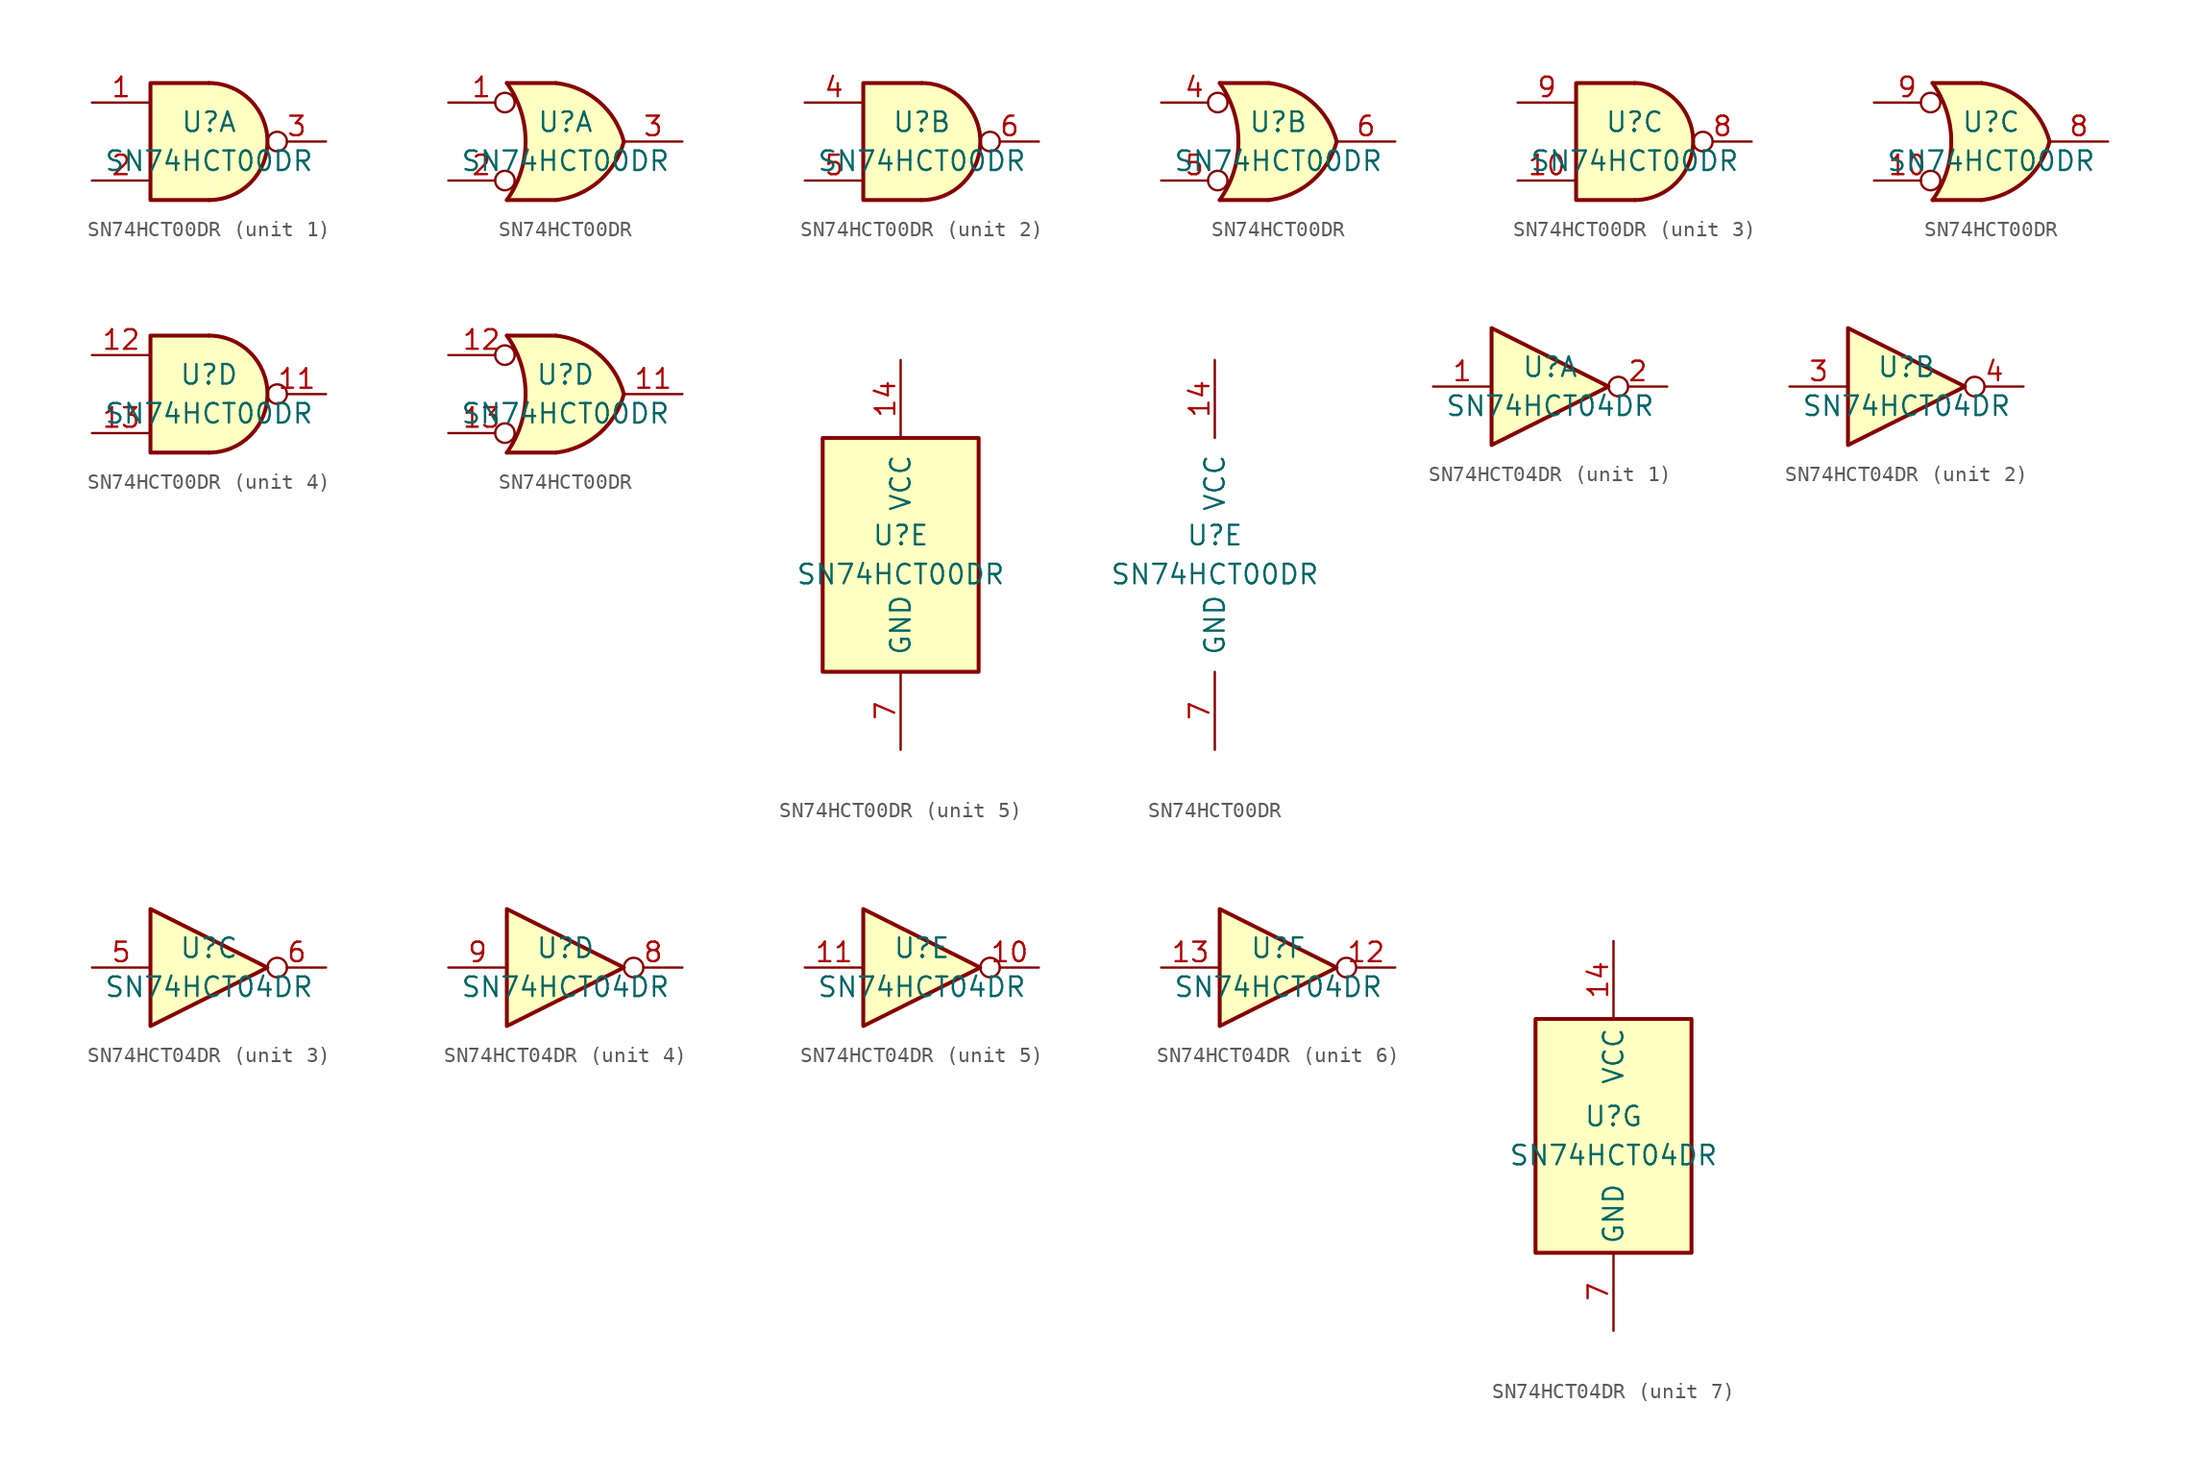
<source format=kicad_sym>
(kicad_symbol_lib
  (version 20241209)
  (generator "kicad_symbol_editor")
  (generator_version "9.0")
  (symbol "SN74HCT00DR"
    (pin_names
      (offset 1.016))
    (property "Reference" "U"
      (at 0 1.27 0)
      (effects (font (size 1.27 1.27))))
    (property "Value" "SN74HCT00DR"
      (at 0 -1.27 0)
      (effects (font (size 1.27 1.27))))
    (property "ki_locked" ""
      (at 0 0 0)
      (effects (font (size 1.27 1.27))))
    (symbol "SN74HCT00DR_1_1"
      (arc (start 0 3.81) (mid 3.7934 0) (end 0 -3.81) (stroke (width 0.254) (type default)) (fill (type background)))
      (polyline (pts (xy 0 3.81) (xy -3.81 3.81) (xy -3.81 -3.81) (xy 0 -3.81)) (stroke (width 0.254) (type default)) (fill (type background)))
      (pin input line (at -7.62 2.54 0) (length 3.81) (name "~" (effects (font (size 1.27 1.27)))) (number "1" (effects (font (size 1.27 1.27)))))
      (pin input line (at -7.62 -2.54 0) (length 3.81) (name "~" (effects (font (size 1.27 1.27)))) (number "2" (effects (font (size 1.27 1.27)))))
      (pin output inverted (at 7.62 0 180) (length 3.81) (name "~" (effects (font (size 1.27 1.27)))) (number "3" (effects (font (size 1.27 1.27))))))
    (symbol "SN74HCT00DR_1_2"
      (arc (start -3.81 3.81) (mid -2.589 0) (end -3.81 -3.81) (stroke (width 0.254) (type default)) (fill (type none)))
      (polyline (pts (xy -3.81 3.81) (xy -0.635 3.81)) (stroke (width 0.254) (type default)) (fill (type background)))
      (polyline (pts (xy -3.81 -3.81) (xy -0.635 -3.81)) (stroke (width 0.254) (type default)) (fill (type background)))
      (arc (start 3.81 0) (mid 2.1855 -2.584) (end -0.6096 -3.81) (stroke (width 0.254) (type default)) (fill (type background)))
      (arc (start -0.6096 3.81) (mid 2.1928 2.5924) (end 3.81 0) (stroke (width 0.254) (type default)) (fill (type background)))
      (polyline (pts (xy -0.635 3.81) (xy -3.81 3.81) (xy -3.81 3.81) (xy -3.556 3.404) (xy -3.023 2.261) (xy -2.692 1.041) (xy -2.616 -0.254) (xy -2.769 -1.499) (xy -3.175 -2.718) (xy -3.81 -3.81) (xy -3.81 -3.81) (xy -0.635 -3.81)) (stroke (width -25.4) (type default)) (fill (type background)))
      (pin input inverted (at -7.62 2.54 0) (length 4.318) (name "~" (effects (font (size 1.27 1.27)))) (number "1" (effects (font (size 1.27 1.27)))))
      (pin input inverted (at -7.62 -2.54 0) (length 4.318) (name "~" (effects (font (size 1.27 1.27)))) (number "2" (effects (font (size 1.27 1.27)))))
      (pin output line (at 7.62 0 180) (length 3.81) (name "~" (effects (font (size 1.27 1.27)))) (number "3" (effects (font (size 1.27 1.27))))))
    (symbol "SN74HCT00DR_2_1"
      (arc (start 0 3.81) (mid 3.7934 0) (end 0 -3.81) (stroke (width 0.254) (type default)) (fill (type background)))
      (polyline (pts (xy 0 3.81) (xy -3.81 3.81) (xy -3.81 -3.81) (xy 0 -3.81)) (stroke (width 0.254) (type default)) (fill (type background)))
      (pin input line (at -7.62 2.54 0) (length 3.81) (name "~" (effects (font (size 1.27 1.27)))) (number "4" (effects (font (size 1.27 1.27)))))
      (pin input line (at -7.62 -2.54 0) (length 3.81) (name "~" (effects (font (size 1.27 1.27)))) (number "5" (effects (font (size 1.27 1.27)))))
      (pin output inverted (at 7.62 0 180) (length 3.81) (name "~" (effects (font (size 1.27 1.27)))) (number "6" (effects (font (size 1.27 1.27))))))
    (symbol "SN74HCT00DR_2_2"
      (arc (start -3.81 3.81) (mid -2.589 0) (end -3.81 -3.81) (stroke (width 0.254) (type default)) (fill (type none)))
      (polyline (pts (xy -3.81 3.81) (xy -0.635 3.81)) (stroke (width 0.254) (type default)) (fill (type background)))
      (polyline (pts (xy -3.81 -3.81) (xy -0.635 -3.81)) (stroke (width 0.254) (type default)) (fill (type background)))
      (arc (start 3.81 0) (mid 2.1855 -2.584) (end -0.6096 -3.81) (stroke (width 0.254) (type default)) (fill (type background)))
      (arc (start -0.6096 3.81) (mid 2.1928 2.5924) (end 3.81 0) (stroke (width 0.254) (type default)) (fill (type background)))
      (polyline (pts (xy -0.635 3.81) (xy -3.81 3.81) (xy -3.81 3.81) (xy -3.556 3.404) (xy -3.023 2.261) (xy -2.692 1.041) (xy -2.616 -0.254) (xy -2.769 -1.499) (xy -3.175 -2.718) (xy -3.81 -3.81) (xy -3.81 -3.81) (xy -0.635 -3.81)) (stroke (width -25.4) (type default)) (fill (type background)))
      (pin input inverted (at -7.62 2.54 0) (length 4.318) (name "~" (effects (font (size 1.27 1.27)))) (number "4" (effects (font (size 1.27 1.27)))))
      (pin input inverted (at -7.62 -2.54 0) (length 4.318) (name "~" (effects (font (size 1.27 1.27)))) (number "5" (effects (font (size 1.27 1.27)))))
      (pin output line (at 7.62 0 180) (length 3.81) (name "~" (effects (font (size 1.27 1.27)))) (number "6" (effects (font (size 1.27 1.27))))))
    (symbol "SN74HCT00DR_3_1"
      (arc (start 0 3.81) (mid 3.7934 0) (end 0 -3.81) (stroke (width 0.254) (type default)) (fill (type background)))
      (polyline (pts (xy 0 3.81) (xy -3.81 3.81) (xy -3.81 -3.81) (xy 0 -3.81)) (stroke (width 0.254) (type default)) (fill (type background)))
      (pin input line (at -7.62 2.54 0) (length 3.81) (name "~" (effects (font (size 1.27 1.27)))) (number "9" (effects (font (size 1.27 1.27)))))
      (pin input line (at -7.62 -2.54 0) (length 3.81) (name "~" (effects (font (size 1.27 1.27)))) (number "10" (effects (font (size 1.27 1.27)))))
      (pin output inverted (at 7.62 0 180) (length 3.81) (name "~" (effects (font (size 1.27 1.27)))) (number "8" (effects (font (size 1.27 1.27))))))
    (symbol "SN74HCT00DR_3_2"
      (arc (start -3.81 3.81) (mid -2.589 0) (end -3.81 -3.81) (stroke (width 0.254) (type default)) (fill (type none)))
      (polyline (pts (xy -3.81 3.81) (xy -0.635 3.81)) (stroke (width 0.254) (type default)) (fill (type background)))
      (polyline (pts (xy -3.81 -3.81) (xy -0.635 -3.81)) (stroke (width 0.254) (type default)) (fill (type background)))
      (arc (start 3.81 0) (mid 2.1855 -2.584) (end -0.6096 -3.81) (stroke (width 0.254) (type default)) (fill (type background)))
      (arc (start -0.6096 3.81) (mid 2.1928 2.5924) (end 3.81 0) (stroke (width 0.254) (type default)) (fill (type background)))
      (polyline (pts (xy -0.635 3.81) (xy -3.81 3.81) (xy -3.81 3.81) (xy -3.556 3.404) (xy -3.023 2.261) (xy -2.692 1.041) (xy -2.616 -0.254) (xy -2.769 -1.499) (xy -3.175 -2.718) (xy -3.81 -3.81) (xy -3.81 -3.81) (xy -0.635 -3.81)) (stroke (width -25.4) (type default)) (fill (type background)))
      (pin input inverted (at -7.62 2.54 0) (length 4.318) (name "~" (effects (font (size 1.27 1.27)))) (number "9" (effects (font (size 1.27 1.27)))))
      (pin input inverted (at -7.62 -2.54 0) (length 4.318) (name "~" (effects (font (size 1.27 1.27)))) (number "10" (effects (font (size 1.27 1.27)))))
      (pin output line (at 7.62 0 180) (length 3.81) (name "~" (effects (font (size 1.27 1.27)))) (number "8" (effects (font (size 1.27 1.27))))))
    (symbol "SN74HCT00DR_4_1"
      (arc (start 0 3.81) (mid 3.7934 0) (end 0 -3.81) (stroke (width 0.254) (type default)) (fill (type background)))
      (polyline (pts (xy 0 3.81) (xy -3.81 3.81) (xy -3.81 -3.81) (xy 0 -3.81)) (stroke (width 0.254) (type default)) (fill (type background)))
      (pin input line (at -7.62 2.54 0) (length 3.81) (name "~" (effects (font (size 1.27 1.27)))) (number "12" (effects (font (size 1.27 1.27)))))
      (pin input line (at -7.62 -2.54 0) (length 3.81) (name "~" (effects (font (size 1.27 1.27)))) (number "13" (effects (font (size 1.27 1.27)))))
      (pin output inverted (at 7.62 0 180) (length 3.81) (name "~" (effects (font (size 1.27 1.27)))) (number "11" (effects (font (size 1.27 1.27))))))
    (symbol "SN74HCT00DR_4_2"
      (arc (start -3.81 3.81) (mid -2.589 0) (end -3.81 -3.81) (stroke (width 0.254) (type default)) (fill (type none)))
      (polyline (pts (xy -3.81 3.81) (xy -0.635 3.81)) (stroke (width 0.254) (type default)) (fill (type background)))
      (polyline (pts (xy -3.81 -3.81) (xy -0.635 -3.81)) (stroke (width 0.254) (type default)) (fill (type background)))
      (arc (start 3.81 0) (mid 2.1855 -2.584) (end -0.6096 -3.81) (stroke (width 0.254) (type default)) (fill (type background)))
      (arc (start -0.6096 3.81) (mid 2.1928 2.5924) (end 3.81 0) (stroke (width 0.254) (type default)) (fill (type background)))
      (polyline (pts (xy -0.635 3.81) (xy -3.81 3.81) (xy -3.81 3.81) (xy -3.556 3.404) (xy -3.023 2.261) (xy -2.692 1.041) (xy -2.616 -0.254) (xy -2.769 -1.499) (xy -3.175 -2.718) (xy -3.81 -3.81) (xy -3.81 -3.81) (xy -0.635 -3.81)) (stroke (width -25.4) (type default)) (fill (type background)))
      (pin input inverted (at -7.62 2.54 0) (length 4.318) (name "~" (effects (font (size 1.27 1.27)))) (number "12" (effects (font (size 1.27 1.27)))))
      (pin input inverted (at -7.62 -2.54 0) (length 4.318) (name "~" (effects (font (size 1.27 1.27)))) (number "13" (effects (font (size 1.27 1.27)))))
      (pin output line (at 7.62 0 180) (length 3.81) (name "~" (effects (font (size 1.27 1.27)))) (number "11" (effects (font (size 1.27 1.27))))))
    (symbol "SN74HCT00DR_5_0"
      (pin power_in line (at 0 12.7 270) (length 5.08) (name "VCC" (effects (font (size 1.27 1.27)))) (number "14" (effects (font (size 1.27 1.27)))))
      (pin power_in line (at 0 -12.7 90) (length 5.08) (name "GND" (effects (font (size 1.27 1.27)))) (number "7" (effects (font (size 1.27 1.27))))))
    (symbol "SN74HCT00DR_5_1"
      (rectangle (start -5.08 7.62) (end 5.08 -7.62) (stroke (width 0.254) (type default)) (fill (type background)))))
  (symbol "SN74HCT04DR"
    (property "Reference" "U"
      (at 0 1.27 0)
      (effects (font (size 1.27 1.27))))
    (property "Value" "SN74HCT04DR"
      (at 0 -1.27 0)
      (effects (font (size 1.27 1.27))))
    (property "ki_locked" ""
      (at 0 0 0)
      (effects (font (size 1.27 1.27))))
    (symbol "SN74HCT04DR_1_0"
      (polyline (pts (xy -3.81 3.81) (xy -3.81 -3.81) (xy 3.81 0) (xy -3.81 3.81)) (stroke (width 0.254) (type default)) (fill (type background)))
      (pin input line (at -7.62 0 0) (length 3.81) (name "~" (effects (font (size 1.27 1.27)))) (number "1" (effects (font (size 1.27 1.27)))))
      (pin output inverted (at 7.62 0 180) (length 3.81) (name "~" (effects (font (size 1.27 1.27)))) (number "2" (effects (font (size 1.27 1.27))))))
    (symbol "SN74HCT04DR_2_0"
      (polyline (pts (xy -3.81 3.81) (xy -3.81 -3.81) (xy 3.81 0) (xy -3.81 3.81)) (stroke (width 0.254) (type default)) (fill (type background)))
      (pin input line (at -7.62 0 0) (length 3.81) (name "~" (effects (font (size 1.27 1.27)))) (number "3" (effects (font (size 1.27 1.27)))))
      (pin output inverted (at 7.62 0 180) (length 3.81) (name "~" (effects (font (size 1.27 1.27)))) (number "4" (effects (font (size 1.27 1.27))))))
    (symbol "SN74HCT04DR_3_0"
      (polyline (pts (xy -3.81 3.81) (xy -3.81 -3.81) (xy 3.81 0) (xy -3.81 3.81)) (stroke (width 0.254) (type default)) (fill (type background)))
      (pin input line (at -7.62 0 0) (length 3.81) (name "~" (effects (font (size 1.27 1.27)))) (number "5" (effects (font (size 1.27 1.27)))))
      (pin output inverted (at 7.62 0 180) (length 3.81) (name "~" (effects (font (size 1.27 1.27)))) (number "6" (effects (font (size 1.27 1.27))))))
    (symbol "SN74HCT04DR_4_0"
      (polyline (pts (xy -3.81 3.81) (xy -3.81 -3.81) (xy 3.81 0) (xy -3.81 3.81)) (stroke (width 0.254) (type default)) (fill (type background)))
      (pin input line (at -7.62 0 0) (length 3.81) (name "~" (effects (font (size 1.27 1.27)))) (number "9" (effects (font (size 1.27 1.27)))))
      (pin output inverted (at 7.62 0 180) (length 3.81) (name "~" (effects (font (size 1.27 1.27)))) (number "8" (effects (font (size 1.27 1.27))))))
    (symbol "SN74HCT04DR_5_0"
      (polyline (pts (xy -3.81 3.81) (xy -3.81 -3.81) (xy 3.81 0) (xy -3.81 3.81)) (stroke (width 0.254) (type default)) (fill (type background)))
      (pin input line (at -7.62 0 0) (length 3.81) (name "~" (effects (font (size 1.27 1.27)))) (number "11" (effects (font (size 1.27 1.27)))))
      (pin output inverted (at 7.62 0 180) (length 3.81) (name "~" (effects (font (size 1.27 1.27)))) (number "10" (effects (font (size 1.27 1.27))))))
    (symbol "SN74HCT04DR_6_0"
      (polyline (pts (xy -3.81 3.81) (xy -3.81 -3.81) (xy 3.81 0) (xy -3.81 3.81)) (stroke (width 0.254) (type default)) (fill (type background)))
      (pin input line (at -7.62 0 0) (length 3.81) (name "~" (effects (font (size 1.27 1.27)))) (number "13" (effects (font (size 1.27 1.27)))))
      (pin output inverted (at 7.62 0 180) (length 3.81) (name "~" (effects (font (size 1.27 1.27)))) (number "12" (effects (font (size 1.27 1.27))))))
    (symbol "SN74HCT04DR_7_0"
      (pin power_in line (at 0 12.7 270) (length 5.08) (name "VCC" (effects (font (size 1.27 1.27)))) (number "14" (effects (font (size 1.27 1.27)))))
      (pin power_in line (at 0 -12.7 90) (length 5.08) (name "GND" (effects (font (size 1.27 1.27)))) (number "7" (effects (font (size 1.27 1.27))))))
    (symbol "SN74HCT04DR_7_1"
      (rectangle (start -5.08 7.62) (end 5.08 -7.62) (stroke (width 0.254) (type default)) (fill (type background))))))
</source>
